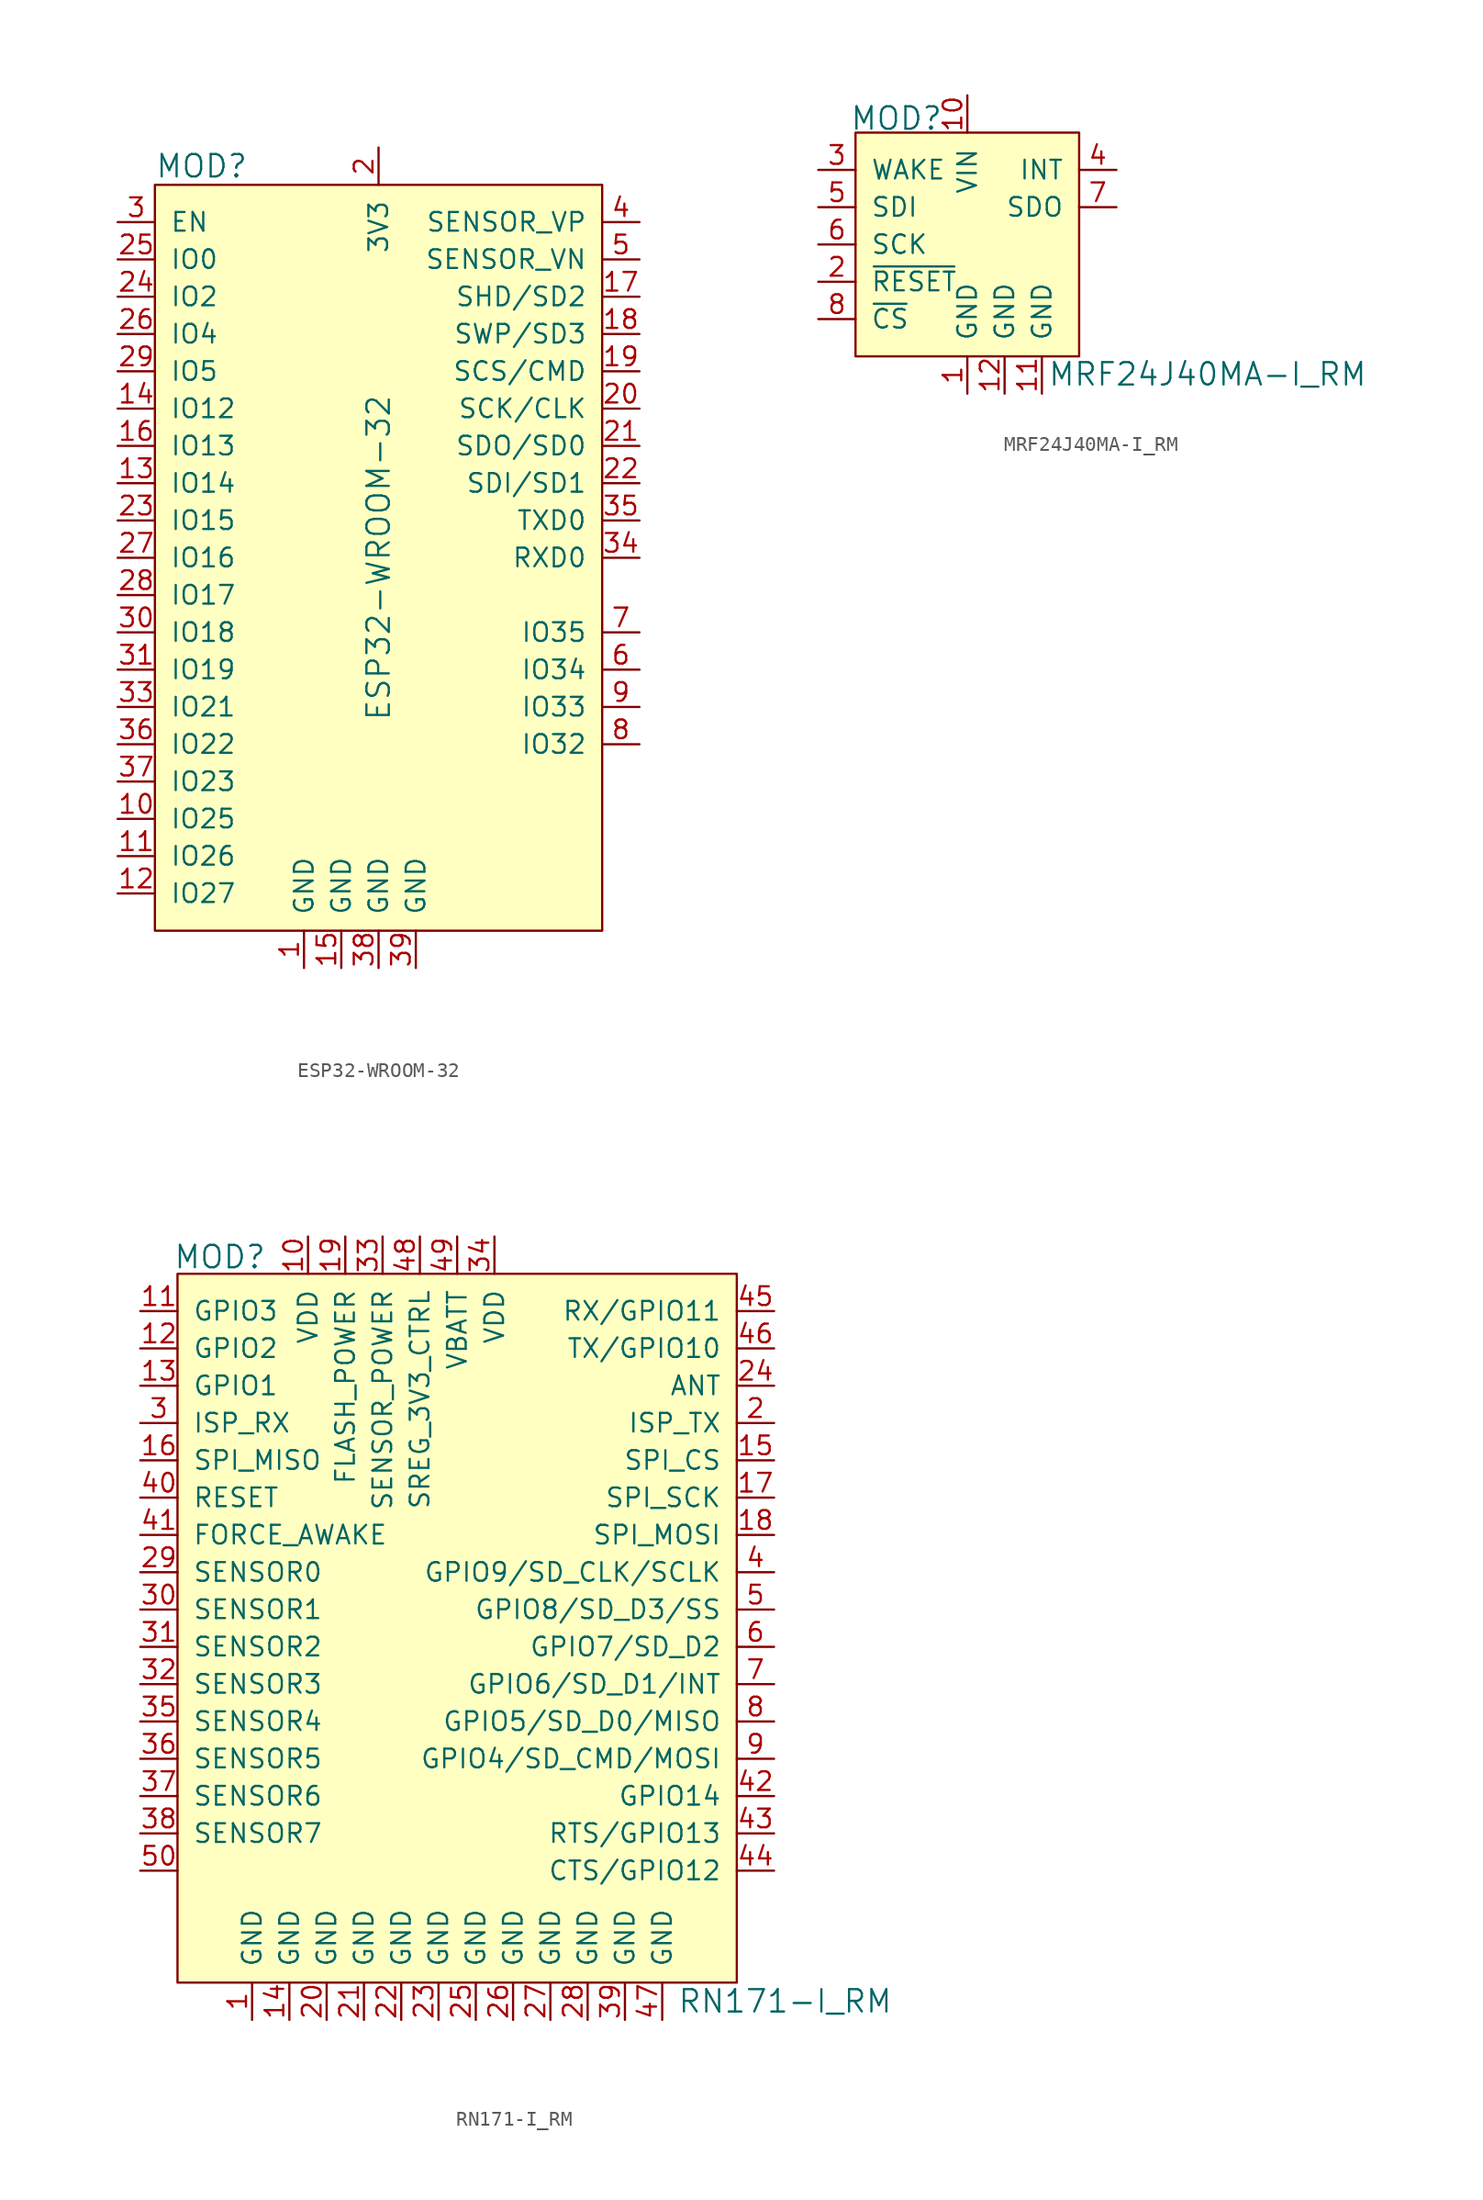
<source format=kicad_sym>
(kicad_symbol_lib
  (version 20220914)
  (generator kicad_symbol_editor)
  (symbol "ESP32-WROOM-32"
    (pin_names
      (offset 1.016))
    (property "Reference" "MOD"
      (at -10.16 1.27 0)
      (effects (font (size 1.524 1.524)) (justify left)))
    (property "Value" "ESP32-WROOM-32"
      (at 5.08 -25.4 90)
      (effects (font (size 1.524 1.524))))
    (symbol "ESP32-WROOM-32_0_1"
      (rectangle (start -10.16 0) (end 20.32 -50.8) (stroke (width 0) (type solid)) (fill (type background))))
    (symbol "ESP32-WROOM-32_1_1"
      (pin power_in line (at 0 -53.34 90) (length 2.54) (name "GND" (effects (font (size 1.27 1.27)))) (number "1" (effects (font (size 1.27 1.27)))))
      (pin bidirectional line (at -12.7 -43.18 0) (length 2.54) (name "IO25" (effects (font (size 1.27 1.27)))) (number "10" (effects (font (size 1.27 1.27)))))
      (pin bidirectional line (at -12.7 -45.72 0) (length 2.54) (name "IO26" (effects (font (size 1.27 1.27)))) (number "11" (effects (font (size 1.27 1.27)))))
      (pin bidirectional line (at -12.7 -48.26 0) (length 2.54) (name "IO27" (effects (font (size 1.27 1.27)))) (number "12" (effects (font (size 1.27 1.27)))))
      (pin bidirectional line (at -12.7 -20.32 0) (length 2.54) (name "IO14" (effects (font (size 1.27 1.27)))) (number "13" (effects (font (size 1.27 1.27)))))
      (pin bidirectional line (at -12.7 -15.24 0) (length 2.54) (name "IO12" (effects (font (size 1.27 1.27)))) (number "14" (effects (font (size 1.27 1.27)))))
      (pin power_in line (at 2.54 -53.34 90) (length 2.54) (name "GND" (effects (font (size 1.27 1.27)))) (number "15" (effects (font (size 1.27 1.27)))))
      (pin bidirectional line (at -12.7 -17.78 0) (length 2.54) (name "IO13" (effects (font (size 1.27 1.27)))) (number "16" (effects (font (size 1.27 1.27)))))
      (pin bidirectional line (at 22.86 -7.62 180) (length 2.54) (name "SHD/SD2" (effects (font (size 1.27 1.27)))) (number "17" (effects (font (size 1.27 1.27)))))
      (pin bidirectional line (at 22.86 -10.16 180) (length 2.54) (name "SWP/SD3" (effects (font (size 1.27 1.27)))) (number "18" (effects (font (size 1.27 1.27)))))
      (pin bidirectional line (at 22.86 -12.7 180) (length 2.54) (name "SCS/CMD" (effects (font (size 1.27 1.27)))) (number "19" (effects (font (size 1.27 1.27)))))
      (pin power_in line (at 5.08 2.54 270) (length 2.54) (name "3V3" (effects (font (size 1.27 1.27)))) (number "2" (effects (font (size 1.27 1.27)))))
      (pin bidirectional line (at 22.86 -15.24 180) (length 2.54) (name "SCK/CLK" (effects (font (size 1.27 1.27)))) (number "20" (effects (font (size 1.27 1.27)))))
      (pin bidirectional line (at 22.86 -17.78 180) (length 2.54) (name "SDO/SD0" (effects (font (size 1.27 1.27)))) (number "21" (effects (font (size 1.27 1.27)))))
      (pin bidirectional line (at 22.86 -20.32 180) (length 2.54) (name "SDI/SD1" (effects (font (size 1.27 1.27)))) (number "22" (effects (font (size 1.27 1.27)))))
      (pin bidirectional line (at -12.7 -22.86 0) (length 2.54) (name "IO15" (effects (font (size 1.27 1.27)))) (number "23" (effects (font (size 1.27 1.27)))))
      (pin bidirectional line (at -12.7 -7.62 0) (length 2.54) (name "IO2" (effects (font (size 1.27 1.27)))) (number "24" (effects (font (size 1.27 1.27)))))
      (pin bidirectional line (at -12.7 -5.08 0) (length 2.54) (name "IO0" (effects (font (size 1.27 1.27)))) (number "25" (effects (font (size 1.27 1.27)))))
      (pin bidirectional line (at -12.7 -10.16 0) (length 2.54) (name "IO4" (effects (font (size 1.27 1.27)))) (number "26" (effects (font (size 1.27 1.27)))))
      (pin bidirectional line (at -12.7 -25.4 0) (length 2.54) (name "IO16" (effects (font (size 1.27 1.27)))) (number "27" (effects (font (size 1.27 1.27)))))
      (pin bidirectional line (at -12.7 -27.94 0) (length 2.54) (name "IO17" (effects (font (size 1.27 1.27)))) (number "28" (effects (font (size 1.27 1.27)))))
      (pin bidirectional line (at -12.7 -12.7 0) (length 2.54) (name "IO5" (effects (font (size 1.27 1.27)))) (number "29" (effects (font (size 1.27 1.27)))))
      (pin input line (at -12.7 -2.54 0) (length 2.54) (name "EN" (effects (font (size 1.27 1.27)))) (number "3" (effects (font (size 1.27 1.27)))))
      (pin bidirectional line (at -12.7 -30.48 0) (length 2.54) (name "IO18" (effects (font (size 1.27 1.27)))) (number "30" (effects (font (size 1.27 1.27)))))
      (pin bidirectional line (at -12.7 -33.02 0) (length 2.54) (name "IO19" (effects (font (size 1.27 1.27)))) (number "31" (effects (font (size 1.27 1.27)))))
      (pin no_connect line (at 20.32 -43.18 180) (length 2.54) hide (name "NC" (effects (font (size 1.27 1.27)))) (number "32" (effects (font (size 1.27 1.27)))))
      (pin bidirectional line (at -12.7 -35.56 0) (length 2.54) (name "IO21" (effects (font (size 1.27 1.27)))) (number "33" (effects (font (size 1.27 1.27)))))
      (pin bidirectional line (at 22.86 -25.4 180) (length 2.54) (name "RXD0" (effects (font (size 1.27 1.27)))) (number "34" (effects (font (size 1.27 1.27)))))
      (pin bidirectional line (at 22.86 -22.86 180) (length 2.54) (name "TXD0" (effects (font (size 1.27 1.27)))) (number "35" (effects (font (size 1.27 1.27)))))
      (pin bidirectional line (at -12.7 -38.1 0) (length 2.54) (name "IO22" (effects (font (size 1.27 1.27)))) (number "36" (effects (font (size 1.27 1.27)))))
      (pin bidirectional line (at -12.7 -40.64 0) (length 2.54) (name "IO23" (effects (font (size 1.27 1.27)))) (number "37" (effects (font (size 1.27 1.27)))))
      (pin power_in line (at 5.08 -53.34 90) (length 2.54) (name "GND" (effects (font (size 1.27 1.27)))) (number "38" (effects (font (size 1.27 1.27)))))
      (pin power_in line (at 7.62 -53.34 90) (length 2.54) (name "GND" (effects (font (size 1.27 1.27)))) (number "39" (effects (font (size 1.27 1.27)))))
      (pin input line (at 22.86 -2.54 180) (length 2.54) (name "SENSOR_VP" (effects (font (size 1.27 1.27)))) (number "4" (effects (font (size 1.27 1.27)))))
      (pin input line (at 22.86 -5.08 180) (length 2.54) (name "SENSOR_VN" (effects (font (size 1.27 1.27)))) (number "5" (effects (font (size 1.27 1.27)))))
      (pin bidirectional line (at 22.86 -33.02 180) (length 2.54) (name "IO34" (effects (font (size 1.27 1.27)))) (number "6" (effects (font (size 1.27 1.27)))))
      (pin bidirectional line (at 22.86 -30.48 180) (length 2.54) (name "IO35" (effects (font (size 1.27 1.27)))) (number "7" (effects (font (size 1.27 1.27)))))
      (pin bidirectional line (at 22.86 -38.1 180) (length 2.54) (name "IO32" (effects (font (size 1.27 1.27)))) (number "8" (effects (font (size 1.27 1.27)))))
      (pin bidirectional line (at 22.86 -35.56 180) (length 2.54) (name "IO33" (effects (font (size 1.27 1.27)))) (number "9" (effects (font (size 1.27 1.27)))))))
  (symbol "MRF24J40MA-I_RM"
    (pin_names
      (offset 1.016))
    (property "Reference" "MOD"
      (at -1.651 8.585 0)
      (effects (font (size 1.524 1.524)) (justify right)))
    (property "Value" "MRF24J40MA-I_RM"
      (at 5.461 -8.839 0)
      (effects (font (size 1.524 1.524)) (justify left)))
    (symbol "MRF24J40MA-I_RM_0_1"
      (rectangle (start -7.62 7.62) (end 7.62 -7.62) (stroke (width 0) (type solid)) (fill (type background))))
    (symbol "MRF24J40MA-I_RM_1_1"
      (pin power_in line (at 0 -10.16 90) (length 2.54) (name "GND" (effects (font (size 1.27 1.27)))) (number "1" (effects (font (size 1.27 1.27)))))
      (pin power_in line (at 0 10.16 270) (length 2.54) (name "VIN" (effects (font (size 1.27 1.27)))) (number "10" (effects (font (size 1.27 1.27)))))
      (pin power_in line (at 5.08 -10.16 90) (length 2.54) (name "GND" (effects (font (size 1.27 1.27)))) (number "11" (effects (font (size 1.27 1.27)))))
      (pin power_in line (at 2.54 -10.16 90) (length 2.54) (name "GND" (effects (font (size 1.27 1.27)))) (number "12" (effects (font (size 1.27 1.27)))))
      (pin input line (at -10.16 -2.54 0) (length 2.54) (name "~{RESET}" (effects (font (size 1.27 1.27)))) (number "2" (effects (font (size 1.27 1.27)))))
      (pin input line (at -10.16 5.08 0) (length 2.54) (name "WAKE" (effects (font (size 1.27 1.27)))) (number "3" (effects (font (size 1.27 1.27)))))
      (pin output line (at 10.16 5.08 180) (length 2.54) (name "INT" (effects (font (size 1.27 1.27)))) (number "4" (effects (font (size 1.27 1.27)))))
      (pin input line (at -10.16 2.54 0) (length 2.54) (name "SDI" (effects (font (size 1.27 1.27)))) (number "5" (effects (font (size 1.27 1.27)))))
      (pin input line (at -10.16 0 0) (length 2.54) (name "SCK" (effects (font (size 1.27 1.27)))) (number "6" (effects (font (size 1.27 1.27)))))
      (pin output line (at 10.16 2.54 180) (length 2.54) (name "SDO" (effects (font (size 1.27 1.27)))) (number "7" (effects (font (size 1.27 1.27)))))
      (pin input line (at -10.16 -5.08 0) (length 2.54) (name "~{CS}" (effects (font (size 1.27 1.27)))) (number "8" (effects (font (size 1.27 1.27)))))
      (pin no_connect line (at 7.62 0 180) (length 2.54) hide (name "NC" (effects (font (size 1.27 1.27)))) (number "9" (effects (font (size 1.27 1.27)))))))
  (symbol "RN171-I_RM"
    (pin_names
      (offset 1.016))
    (property "Reference" "MOD"
      (at -14.249 16.383 0)
      (effects (font (size 1.524 1.524)) (justify right)))
    (property "Value" "RN171-I_RM"
      (at 13.716 -34.29 0)
      (effects (font (size 1.524 1.524)) (justify left)))
    (symbol "RN171-I_RM_1_1"
      (rectangle (start -20.32 15.24) (end 17.78 -33.02) (stroke (width 0) (type solid)) (fill (type background)))
      (pin power_in line (at -15.24 -35.56 90) (length 2.54) (name "GND" (effects (font (size 1.27 1.27)))) (number "1" (effects (font (size 1.27 1.27)))))
      (pin power_in line (at -11.43 17.78 270) (length 2.54) (name "VDD" (effects (font (size 1.27 1.27)))) (number "10" (effects (font (size 1.27 1.27)))))
      (pin bidirectional line (at -22.86 12.7 0) (length 2.54) (name "GPIO3" (effects (font (size 1.27 1.27)))) (number "11" (effects (font (size 1.27 1.27)))))
      (pin bidirectional line (at -22.86 10.16 0) (length 2.54) (name "GPIO2" (effects (font (size 1.27 1.27)))) (number "12" (effects (font (size 1.27 1.27)))))
      (pin bidirectional line (at -22.86 7.62 0) (length 2.54) (name "GPIO1" (effects (font (size 1.27 1.27)))) (number "13" (effects (font (size 1.27 1.27)))))
      (pin power_in line (at -12.7 -35.56 90) (length 2.54) (name "GND" (effects (font (size 1.27 1.27)))) (number "14" (effects (font (size 1.27 1.27)))))
      (pin output line (at 20.32 2.54 180) (length 2.54) (name "SPI_CS" (effects (font (size 1.27 1.27)))) (number "15" (effects (font (size 1.27 1.27)))))
      (pin input line (at -22.86 2.54 0) (length 2.54) (name "SPI_MISO" (effects (font (size 1.27 1.27)))) (number "16" (effects (font (size 1.27 1.27)))))
      (pin output line (at 20.32 0 180) (length 2.54) (name "SPI_SCK" (effects (font (size 1.27 1.27)))) (number "17" (effects (font (size 1.27 1.27)))))
      (pin output line (at 20.32 -2.54 180) (length 2.54) (name "SPI_MOSI" (effects (font (size 1.27 1.27)))) (number "18" (effects (font (size 1.27 1.27)))))
      (pin power_in line (at -8.89 17.78 270) (length 2.54) (name "FLASH_POWER" (effects (font (size 1.27 1.27)))) (number "19" (effects (font (size 1.27 1.27)))))
      (pin output line (at 20.32 5.08 180) (length 2.54) (name "ISP_TX" (effects (font (size 1.27 1.27)))) (number "2" (effects (font (size 1.27 1.27)))))
      (pin power_in line (at -10.16 -35.56 90) (length 2.54) (name "GND" (effects (font (size 1.27 1.27)))) (number "20" (effects (font (size 1.27 1.27)))))
      (pin power_in line (at -7.62 -35.56 90) (length 2.54) (name "GND" (effects (font (size 1.27 1.27)))) (number "21" (effects (font (size 1.27 1.27)))))
      (pin power_in line (at -5.08 -35.56 90) (length 2.54) (name "GND" (effects (font (size 1.27 1.27)))) (number "22" (effects (font (size 1.27 1.27)))))
      (pin power_in line (at -2.54 -35.56 90) (length 2.54) (name "GND" (effects (font (size 1.27 1.27)))) (number "23" (effects (font (size 1.27 1.27)))))
      (pin bidirectional line (at 20.32 7.62 180) (length 2.54) (name "ANT" (effects (font (size 1.27 1.27)))) (number "24" (effects (font (size 1.27 1.27)))))
      (pin power_in line (at 0 -35.56 90) (length 2.54) (name "GND" (effects (font (size 1.27 1.27)))) (number "25" (effects (font (size 1.27 1.27)))))
      (pin power_in line (at 2.54 -35.56 90) (length 2.54) (name "GND" (effects (font (size 1.27 1.27)))) (number "26" (effects (font (size 1.27 1.27)))))
      (pin power_in line (at 5.08 -35.56 90) (length 2.54) (name "GND" (effects (font (size 1.27 1.27)))) (number "27" (effects (font (size 1.27 1.27)))))
      (pin power_in line (at 7.62 -35.56 90) (length 2.54) (name "GND" (effects (font (size 1.27 1.27)))) (number "28" (effects (font (size 1.27 1.27)))))
      (pin input line (at -22.86 -5.08 0) (length 2.54) (name "SENSOR0" (effects (font (size 1.27 1.27)))) (number "29" (effects (font (size 1.27 1.27)))))
      (pin input line (at -22.86 5.08 0) (length 2.54) (name "ISP_RX" (effects (font (size 1.27 1.27)))) (number "3" (effects (font (size 1.27 1.27)))))
      (pin input line (at -22.86 -7.62 0) (length 2.54) (name "SENSOR1" (effects (font (size 1.27 1.27)))) (number "30" (effects (font (size 1.27 1.27)))))
      (pin input line (at -22.86 -10.16 0) (length 2.54) (name "SENSOR2" (effects (font (size 1.27 1.27)))) (number "31" (effects (font (size 1.27 1.27)))))
      (pin input line (at -22.86 -12.7 0) (length 2.54) (name "SENSOR3" (effects (font (size 1.27 1.27)))) (number "32" (effects (font (size 1.27 1.27)))))
      (pin power_in line (at -6.35 17.78 270) (length 2.54) (name "SENSOR_POWER" (effects (font (size 1.27 1.27)))) (number "33" (effects (font (size 1.27 1.27)))))
      (pin power_in line (at 1.27 17.78 270) (length 2.54) (name "VDD" (effects (font (size 1.27 1.27)))) (number "34" (effects (font (size 1.27 1.27)))))
      (pin input line (at -22.86 -15.24 0) (length 2.54) (name "SENSOR4" (effects (font (size 1.27 1.27)))) (number "35" (effects (font (size 1.27 1.27)))))
      (pin input line (at -22.86 -17.78 0) (length 2.54) (name "SENSOR5" (effects (font (size 1.27 1.27)))) (number "36" (effects (font (size 1.27 1.27)))))
      (pin input line (at -22.86 -20.32 0) (length 2.54) (name "SENSOR6" (effects (font (size 1.27 1.27)))) (number "37" (effects (font (size 1.27 1.27)))))
      (pin input line (at -22.86 -22.86 0) (length 2.54) (name "SENSOR7" (effects (font (size 1.27 1.27)))) (number "38" (effects (font (size 1.27 1.27)))))
      (pin power_in line (at 10.16 -35.56 90) (length 2.54) (name "GND" (effects (font (size 1.27 1.27)))) (number "39" (effects (font (size 1.27 1.27)))))
      (pin bidirectional line (at 20.32 -5.08 180) (length 2.54) (name "GPIO9/SD_CLK/SCLK" (effects (font (size 1.27 1.27)))) (number "4" (effects (font (size 1.27 1.27)))))
      (pin input line (at -22.86 0 0) (length 2.54) (name "RESET" (effects (font (size 1.27 1.27)))) (number "40" (effects (font (size 1.27 1.27)))))
      (pin input line (at -22.86 -2.54 0) (length 2.54) (name "FORCE_AWAKE" (effects (font (size 1.27 1.27)))) (number "41" (effects (font (size 1.27 1.27)))))
      (pin bidirectional line (at 20.32 -20.32 180) (length 2.54) (name "GPIO14" (effects (font (size 1.27 1.27)))) (number "42" (effects (font (size 1.27 1.27)))))
      (pin bidirectional line (at 20.32 -22.86 180) (length 2.54) (name "RTS/GPIO13" (effects (font (size 1.27 1.27)))) (number "43" (effects (font (size 1.27 1.27)))))
      (pin bidirectional line (at 20.32 -25.4 180) (length 2.54) (name "CTS/GPIO12" (effects (font (size 1.27 1.27)))) (number "44" (effects (font (size 1.27 1.27)))))
      (pin bidirectional line (at 20.32 12.7 180) (length 2.54) (name "RX/GPIO11" (effects (font (size 1.27 1.27)))) (number "45" (effects (font (size 1.27 1.27)))))
      (pin bidirectional line (at 20.32 10.16 180) (length 2.54) (name "TX/GPIO10" (effects (font (size 1.27 1.27)))) (number "46" (effects (font (size 1.27 1.27)))))
      (pin power_in line (at 12.7 -35.56 90) (length 2.54) (name "GND" (effects (font (size 1.27 1.27)))) (number "47" (effects (font (size 1.27 1.27)))))
      (pin power_in line (at -3.81 17.78 270) (length 2.54) (name "SREG_3V3_CTRL" (effects (font (size 1.27 1.27)))) (number "48" (effects (font (size 1.27 1.27)))))
      (pin power_in line (at -1.27 17.78 270) (length 2.54) (name "VBATT" (effects (font (size 1.27 1.27)))) (number "49" (effects (font (size 1.27 1.27)))))
      (pin bidirectional line (at 20.32 -7.62 180) (length 2.54) (name "GPIO8/SD_D3/SS" (effects (font (size 1.27 1.27)))) (number "5" (effects (font (size 1.27 1.27)))))
      (pin unspecified line (at -22.86 -25.4 0) (length 2.54) (name "~" (effects (font (size 1.27 1.27)))) (number "50" (effects (font (size 1.27 1.27)))))
      (pin bidirectional line (at 20.32 -10.16 180) (length 2.54) (name "GPIO7/SD_D2" (effects (font (size 1.27 1.27)))) (number "6" (effects (font (size 1.27 1.27)))))
      (pin bidirectional line (at 20.32 -12.7 180) (length 2.54) (name "GPIO6/SD_D1/INT" (effects (font (size 1.27 1.27)))) (number "7" (effects (font (size 1.27 1.27)))))
      (pin bidirectional line (at 20.32 -15.24 180) (length 2.54) (name "GPIO5/SD_D0/MISO" (effects (font (size 1.27 1.27)))) (number "8" (effects (font (size 1.27 1.27)))))
      (pin bidirectional line (at 20.32 -17.78 180) (length 2.54) (name "GPIO4/SD_CMD/MOSI" (effects (font (size 1.27 1.27)))) (number "9" (effects (font (size 1.27 1.27))))))))
</source>
